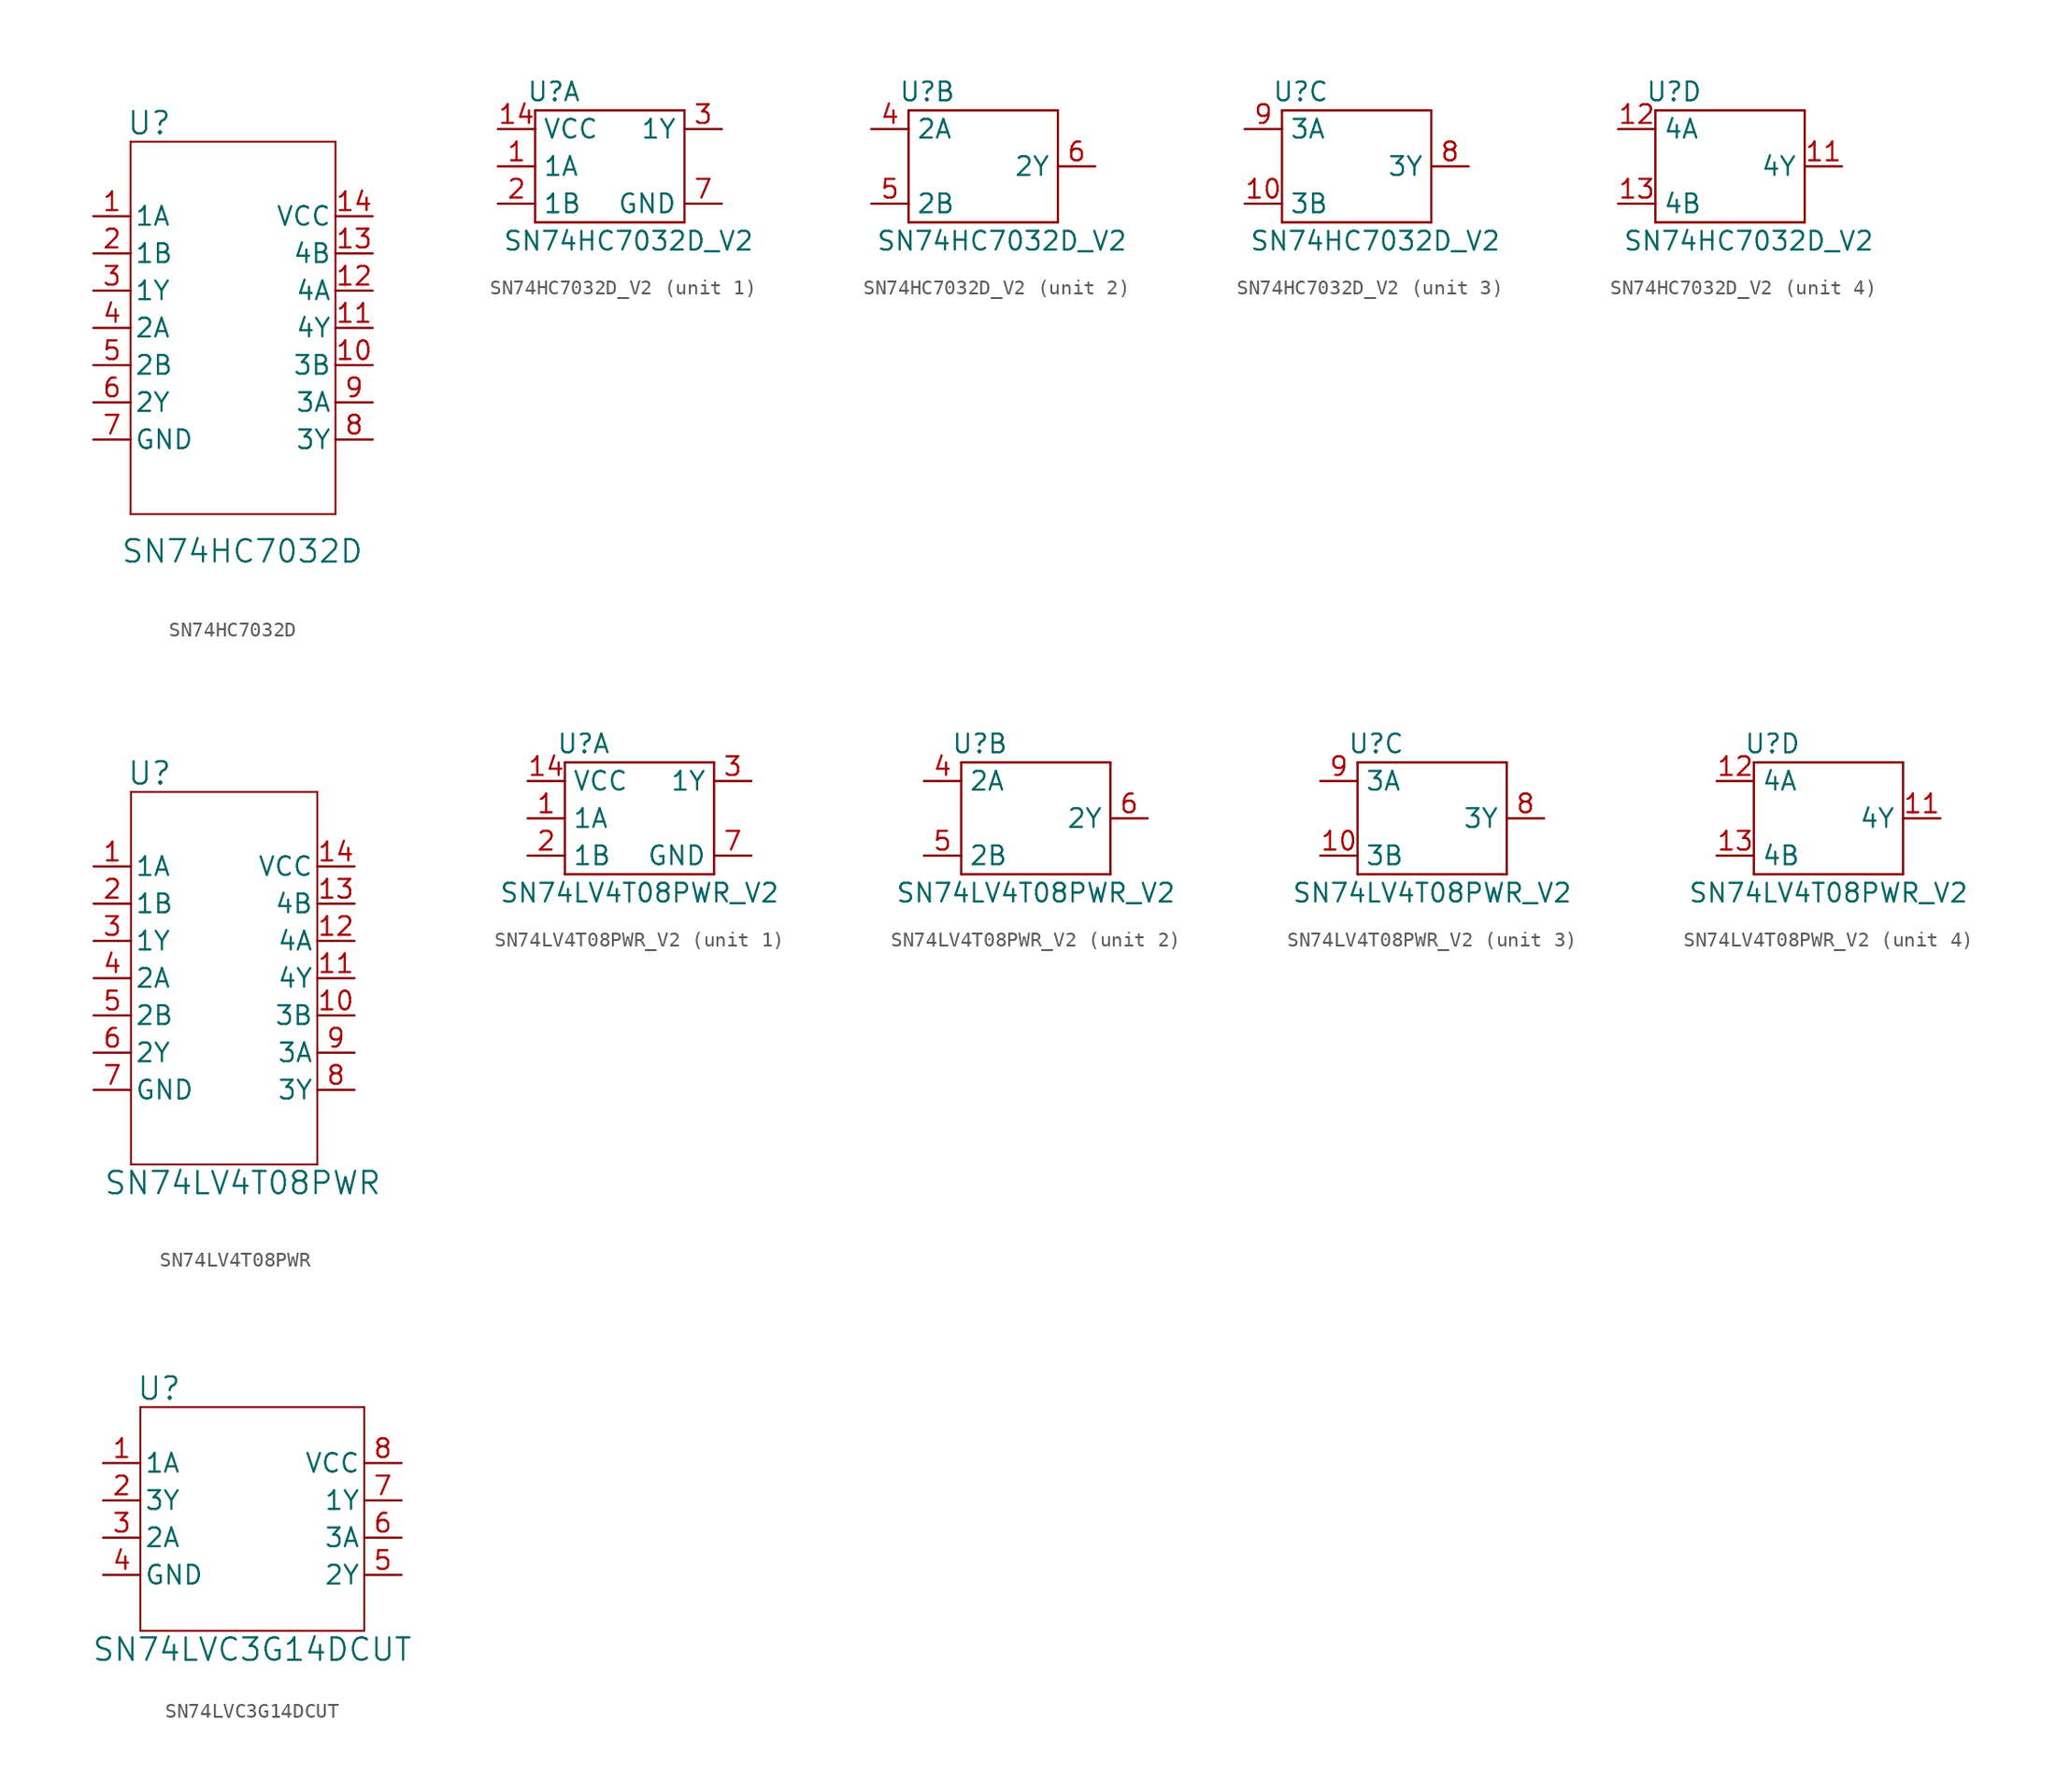
<source format=kicad_sym>
(kicad_symbol_lib
  (version 20211014)
  (generator kicad_symbol_editor)
  (symbol "SN74HC7032D"
    (pin_names
      (offset 0.254))
    (property "Reference" "U"
      (at 8.89 6.35 0)
      (effects (font (size 1.524 1.524))))
    (property "Value" "SN74HC7032D"
      (at 15.24 -22.86 0)
      (effects (font (size 1.524 1.524))))
    (symbol "SN74HC7032D_1_1"
      (polyline (pts (xy 7.62 -20.32) (xy 21.59 -20.32)) (stroke (width 0.127) (type default) (color 0 0 0 0)) (fill (type none)))
      (polyline (pts (xy 7.62 5.08) (xy 7.62 -20.32)) (stroke (width 0.127) (type default) (color 0 0 0 0)) (fill (type none)))
      (polyline (pts (xy 21.59 -20.32) (xy 21.59 5.08)) (stroke (width 0.127) (type default) (color 0 0 0 0)) (fill (type none)))
      (polyline (pts (xy 21.59 5.08) (xy 7.62 5.08)) (stroke (width 0.127) (type default) (color 0 0 0 0)) (fill (type none)))
      (pin input line (at 5.08 0 0) (length 2.54) (name "1A" (effects (font (size 1.27 1.27)))) (number "1" (effects (font (size 1.27 1.27)))))
      (pin input line (at 24.13 -10.16 180) (length 2.54) (name "3B" (effects (font (size 1.27 1.27)))) (number "10" (effects (font (size 1.27 1.27)))))
      (pin output line (at 24.13 -7.62 180) (length 2.54) (name "4Y" (effects (font (size 1.27 1.27)))) (number "11" (effects (font (size 1.27 1.27)))))
      (pin input line (at 24.13 -5.08 180) (length 2.54) (name "4A" (effects (font (size 1.27 1.27)))) (number "12" (effects (font (size 1.27 1.27)))))
      (pin input line (at 24.13 -2.54 180) (length 2.54) (name "4B" (effects (font (size 1.27 1.27)))) (number "13" (effects (font (size 1.27 1.27)))))
      (pin power_in line (at 24.13 0 180) (length 2.54) (name "VCC" (effects (font (size 1.27 1.27)))) (number "14" (effects (font (size 1.27 1.27)))))
      (pin input line (at 5.08 -2.54 0) (length 2.54) (name "1B" (effects (font (size 1.27 1.27)))) (number "2" (effects (font (size 1.27 1.27)))))
      (pin output line (at 5.08 -5.08 0) (length 2.54) (name "1Y" (effects (font (size 1.27 1.27)))) (number "3" (effects (font (size 1.27 1.27)))))
      (pin input line (at 5.08 -7.62 0) (length 2.54) (name "2A" (effects (font (size 1.27 1.27)))) (number "4" (effects (font (size 1.27 1.27)))))
      (pin input line (at 5.08 -10.16 0) (length 2.54) (name "2B" (effects (font (size 1.27 1.27)))) (number "5" (effects (font (size 1.27 1.27)))))
      (pin output line (at 5.08 -12.7 0) (length 2.54) (name "2Y" (effects (font (size 1.27 1.27)))) (number "6" (effects (font (size 1.27 1.27)))))
      (pin power_in line (at 5.08 -15.24 0) (length 2.54) (name "GND" (effects (font (size 1.27 1.27)))) (number "7" (effects (font (size 1.27 1.27)))))
      (pin output line (at 24.13 -15.24 180) (length 2.54) (name "3Y" (effects (font (size 1.27 1.27)))) (number "8" (effects (font (size 1.27 1.27)))))
      (pin input line (at 24.13 -12.7 180) (length 2.54) (name "3A" (effects (font (size 1.27 1.27)))) (number "9" (effects (font (size 1.27 1.27)))))))
  (symbol "SN74HC7032D_V2"
    (property "Reference" "U"
      (at -3.81 5.08 0)
      (effects (font (size 1.27 1.27))))
    (property "Value" "SN74HC7032D_V2"
      (at 1.27 -5.08 0)
      (effects (font (size 1.27 1.27))))
    (symbol "SN74HC7032D_V2_0_1"
      (rectangle (start -5.08 -3.81) (end 5.08 -3.81) (stroke (width 0) (type default) (color 0 0 0 0)) (fill (type none)))
      (rectangle (start -5.08 3.81) (end -5.08 -3.81) (stroke (width 0) (type default) (color 0 0 0 0)) (fill (type none)))
      (rectangle (start -5.08 3.81) (end 5.08 3.81) (stroke (width 0) (type default) (color 0 0 0 0)) (fill (type none)))
      (rectangle (start 5.08 3.81) (end 5.08 -3.81) (stroke (width 0) (type default) (color 0 0 0 0)) (fill (type none))))
    (symbol "SN74HC7032D_V2_1_1"
      (pin input line (at -7.62 0 0) (length 2.54) (name "1A" (effects (font (size 1.27 1.27)))) (number "1" (effects (font (size 1.27 1.27)))))
      (pin power_in line (at -7.62 2.54 0) (length 2.54) (name "VCC" (effects (font (size 1.27 1.27)))) (number "14" (effects (font (size 1.27 1.27)))))
      (pin input line (at -7.62 -2.54 0) (length 2.54) (name "1B" (effects (font (size 1.27 1.27)))) (number "2" (effects (font (size 1.27 1.27)))))
      (pin output line (at 7.62 2.54 180) (length 2.54) (name "1Y" (effects (font (size 1.27 1.27)))) (number "3" (effects (font (size 1.27 1.27)))))
      (pin power_in line (at 7.62 -2.54 180) (length 2.54) (name "GND" (effects (font (size 1.27 1.27)))) (number "7" (effects (font (size 1.27 1.27))))))
    (symbol "SN74HC7032D_V2_2_1"
      (pin input line (at -7.62 2.54 0) (length 2.54) (name "2A" (effects (font (size 1.27 1.27)))) (number "4" (effects (font (size 1.27 1.27)))))
      (pin input line (at -7.62 -2.54 0) (length 2.54) (name "2B" (effects (font (size 1.27 1.27)))) (number "5" (effects (font (size 1.27 1.27)))))
      (pin output line (at 7.62 0 180) (length 2.54) (name "2Y" (effects (font (size 1.27 1.27)))) (number "6" (effects (font (size 1.27 1.27))))))
    (symbol "SN74HC7032D_V2_3_1"
      (pin input line (at -7.62 -2.54 0) (length 2.54) (name "3B" (effects (font (size 1.27 1.27)))) (number "10" (effects (font (size 1.27 1.27)))))
      (pin output line (at 7.62 0 180) (length 2.54) (name "3Y" (effects (font (size 1.27 1.27)))) (number "8" (effects (font (size 1.27 1.27)))))
      (pin input line (at -7.62 2.54 0) (length 2.54) (name "3A" (effects (font (size 1.27 1.27)))) (number "9" (effects (font (size 1.27 1.27))))))
    (symbol "SN74HC7032D_V2_4_1"
      (pin output line (at 7.62 0 180) (length 2.54) (name "4Y" (effects (font (size 1.27 1.27)))) (number "11" (effects (font (size 1.27 1.27)))))
      (pin input line (at -7.62 2.54 0) (length 2.54) (name "4A" (effects (font (size 1.27 1.27)))) (number "12" (effects (font (size 1.27 1.27)))))
      (pin input line (at -7.62 -2.54 0) (length 2.54) (name "4B" (effects (font (size 1.27 1.27)))) (number "13" (effects (font (size 1.27 1.27)))))))
  (symbol "SN74LV4T08PWR"
    (pin_names
      (offset 0.254))
    (property "Reference" "U"
      (at 8.89 6.35 0)
      (effects (font (size 1.524 1.524))))
    (property "Value" "SN74LV4T08PWR"
      (at 15.24 -21.59 0)
      (effects (font (size 1.524 1.524))))
    (symbol "SN74LV4T08PWR_1_1"
      (polyline (pts (xy 7.62 -20.32) (xy 20.32 -20.32)) (stroke (width 0.127) (type default) (color 0 0 0 0)) (fill (type none)))
      (polyline (pts (xy 7.62 5.08) (xy 7.62 -20.32)) (stroke (width 0.127) (type default) (color 0 0 0 0)) (fill (type none)))
      (polyline (pts (xy 20.32 -20.32) (xy 20.32 5.08)) (stroke (width 0.127) (type default) (color 0 0 0 0)) (fill (type none)))
      (polyline (pts (xy 20.32 5.08) (xy 7.62 5.08)) (stroke (width 0.127) (type default) (color 0 0 0 0)) (fill (type none)))
      (pin input line (at 5.08 0 0) (length 2.54) (name "1A" (effects (font (size 1.27 1.27)))) (number "1" (effects (font (size 1.27 1.27)))))
      (pin input line (at 22.86 -10.16 180) (length 2.54) (name "3B" (effects (font (size 1.27 1.27)))) (number "10" (effects (font (size 1.27 1.27)))))
      (pin output line (at 22.86 -7.62 180) (length 2.54) (name "4Y" (effects (font (size 1.27 1.27)))) (number "11" (effects (font (size 1.27 1.27)))))
      (pin input line (at 22.86 -5.08 180) (length 2.54) (name "4A" (effects (font (size 1.27 1.27)))) (number "12" (effects (font (size 1.27 1.27)))))
      (pin input line (at 22.86 -2.54 180) (length 2.54) (name "4B" (effects (font (size 1.27 1.27)))) (number "13" (effects (font (size 1.27 1.27)))))
      (pin power_in line (at 22.86 0 180) (length 2.54) (name "VCC" (effects (font (size 1.27 1.27)))) (number "14" (effects (font (size 1.27 1.27)))))
      (pin input line (at 5.08 -2.54 0) (length 2.54) (name "1B" (effects (font (size 1.27 1.27)))) (number "2" (effects (font (size 1.27 1.27)))))
      (pin output line (at 5.08 -5.08 0) (length 2.54) (name "1Y" (effects (font (size 1.27 1.27)))) (number "3" (effects (font (size 1.27 1.27)))))
      (pin input line (at 5.08 -7.62 0) (length 2.54) (name "2A" (effects (font (size 1.27 1.27)))) (number "4" (effects (font (size 1.27 1.27)))))
      (pin input line (at 5.08 -10.16 0) (length 2.54) (name "2B" (effects (font (size 1.27 1.27)))) (number "5" (effects (font (size 1.27 1.27)))))
      (pin output line (at 5.08 -12.7 0) (length 2.54) (name "2Y" (effects (font (size 1.27 1.27)))) (number "6" (effects (font (size 1.27 1.27)))))
      (pin power_out line (at 5.08 -15.24 0) (length 2.54) (name "GND" (effects (font (size 1.27 1.27)))) (number "7" (effects (font (size 1.27 1.27)))))
      (pin output line (at 22.86 -15.24 180) (length 2.54) (name "3Y" (effects (font (size 1.27 1.27)))) (number "8" (effects (font (size 1.27 1.27)))))
      (pin input line (at 22.86 -12.7 180) (length 2.54) (name "3A" (effects (font (size 1.27 1.27)))) (number "9" (effects (font (size 1.27 1.27)))))))
  (symbol "SN74LV4T08PWR_V2"
    (property "Reference" "U"
      (at -3.81 5.08 0)
      (effects (font (size 1.27 1.27))))
    (property "Value" "SN74LV4T08PWR_V2"
      (at 0 -5.08 0)
      (effects (font (size 1.27 1.27))))
    (symbol "SN74LV4T08PWR_V2_0_1"
      (rectangle (start -5.08 -3.81) (end 5.08 -3.81) (stroke (width 0) (type default) (color 0 0 0 0)) (fill (type none)))
      (rectangle (start -5.08 3.81) (end -5.08 -3.81) (stroke (width 0) (type default) (color 0 0 0 0)) (fill (type none)))
      (rectangle (start -5.08 3.81) (end 5.08 3.81) (stroke (width 0) (type default) (color 0 0 0 0)) (fill (type none)))
      (rectangle (start 5.08 3.81) (end 5.08 -3.81) (stroke (width 0) (type default) (color 0 0 0 0)) (fill (type none))))
    (symbol "SN74LV4T08PWR_V2_1_1"
      (pin input line (at -7.62 0 0) (length 2.54) (name "1A" (effects (font (size 1.27 1.27)))) (number "1" (effects (font (size 1.27 1.27)))))
      (pin power_in line (at -7.62 2.54 0) (length 2.54) (name "VCC" (effects (font (size 1.27 1.27)))) (number "14" (effects (font (size 1.27 1.27)))))
      (pin input line (at -7.62 -2.54 0) (length 2.54) (name "1B" (effects (font (size 1.27 1.27)))) (number "2" (effects (font (size 1.27 1.27)))))
      (pin output line (at 7.62 2.54 180) (length 2.54) (name "1Y" (effects (font (size 1.27 1.27)))) (number "3" (effects (font (size 1.27 1.27)))))
      (pin power_in line (at 7.62 -2.54 180) (length 2.54) (name "GND" (effects (font (size 1.27 1.27)))) (number "7" (effects (font (size 1.27 1.27))))))
    (symbol "SN74LV4T08PWR_V2_2_1"
      (pin input line (at -7.62 2.54 0) (length 2.54) (name "2A" (effects (font (size 1.27 1.27)))) (number "4" (effects (font (size 1.27 1.27)))))
      (pin input line (at -7.62 -2.54 0) (length 2.54) (name "2B" (effects (font (size 1.27 1.27)))) (number "5" (effects (font (size 1.27 1.27)))))
      (pin output line (at 7.62 0 180) (length 2.54) (name "2Y" (effects (font (size 1.27 1.27)))) (number "6" (effects (font (size 1.27 1.27))))))
    (symbol "SN74LV4T08PWR_V2_3_1"
      (pin input line (at -7.62 -2.54 0) (length 2.54) (name "3B" (effects (font (size 1.27 1.27)))) (number "10" (effects (font (size 1.27 1.27)))))
      (pin output line (at 7.62 0 180) (length 2.54) (name "3Y" (effects (font (size 1.27 1.27)))) (number "8" (effects (font (size 1.27 1.27)))))
      (pin input line (at -7.62 2.54 0) (length 2.54) (name "3A" (effects (font (size 1.27 1.27)))) (number "9" (effects (font (size 1.27 1.27))))))
    (symbol "SN74LV4T08PWR_V2_4_1"
      (pin output line (at 7.62 0 180) (length 2.54) (name "4Y" (effects (font (size 1.27 1.27)))) (number "11" (effects (font (size 1.27 1.27)))))
      (pin input line (at -7.62 2.54 0) (length 2.54) (name "4A" (effects (font (size 1.27 1.27)))) (number "12" (effects (font (size 1.27 1.27)))))
      (pin input line (at -7.62 -2.54 0) (length 2.54) (name "4B" (effects (font (size 1.27 1.27)))) (number "13" (effects (font (size 1.27 1.27)))))))
  (symbol "SN74LVC3G14DCUT"
    (pin_names
      (offset 0.254))
    (property "Reference" "U"
      (at 8.89 5.08 0)
      (effects (font (size 1.524 1.524))))
    (property "Value" "SN74LVC3G14DCUT"
      (at 15.24 -12.7 0)
      (effects (font (size 1.524 1.524))))
    (symbol "SN74LVC3G14DCUT_1_1"
      (polyline (pts (xy 7.62 -11.43) (xy 22.86 -11.43)) (stroke (width 0.127) (type default) (color 0 0 0 0)) (fill (type none)))
      (polyline (pts (xy 7.62 3.81) (xy 7.62 -11.43)) (stroke (width 0.127) (type default) (color 0 0 0 0)) (fill (type none)))
      (polyline (pts (xy 22.86 -11.43) (xy 22.86 3.81)) (stroke (width 0.127) (type default) (color 0 0 0 0)) (fill (type none)))
      (polyline (pts (xy 22.86 3.81) (xy 7.62 3.81)) (stroke (width 0.127) (type default) (color 0 0 0 0)) (fill (type none)))
      (pin input line (at 5.08 0 0) (length 2.54) (name "1A" (effects (font (size 1.27 1.27)))) (number "1" (effects (font (size 1.27 1.27)))))
      (pin output line (at 5.08 -2.54 0) (length 2.54) (name "3Y" (effects (font (size 1.27 1.27)))) (number "2" (effects (font (size 1.27 1.27)))))
      (pin input line (at 5.08 -5.08 0) (length 2.54) (name "2A" (effects (font (size 1.27 1.27)))) (number "3" (effects (font (size 1.27 1.27)))))
      (pin power_in line (at 5.08 -7.62 0) (length 2.54) (name "GND" (effects (font (size 1.27 1.27)))) (number "4" (effects (font (size 1.27 1.27)))))
      (pin output line (at 25.4 -7.62 180) (length 2.54) (name "2Y" (effects (font (size 1.27 1.27)))) (number "5" (effects (font (size 1.27 1.27)))))
      (pin input line (at 25.4 -5.08 180) (length 2.54) (name "3A" (effects (font (size 1.27 1.27)))) (number "6" (effects (font (size 1.27 1.27)))))
      (pin output line (at 25.4 -2.54 180) (length 2.54) (name "1Y" (effects (font (size 1.27 1.27)))) (number "7" (effects (font (size 1.27 1.27)))))
      (pin power_in line (at 25.4 0 180) (length 2.54) (name "VCC" (effects (font (size 1.27 1.27)))) (number "8" (effects (font (size 1.27 1.27))))))))
</source>
